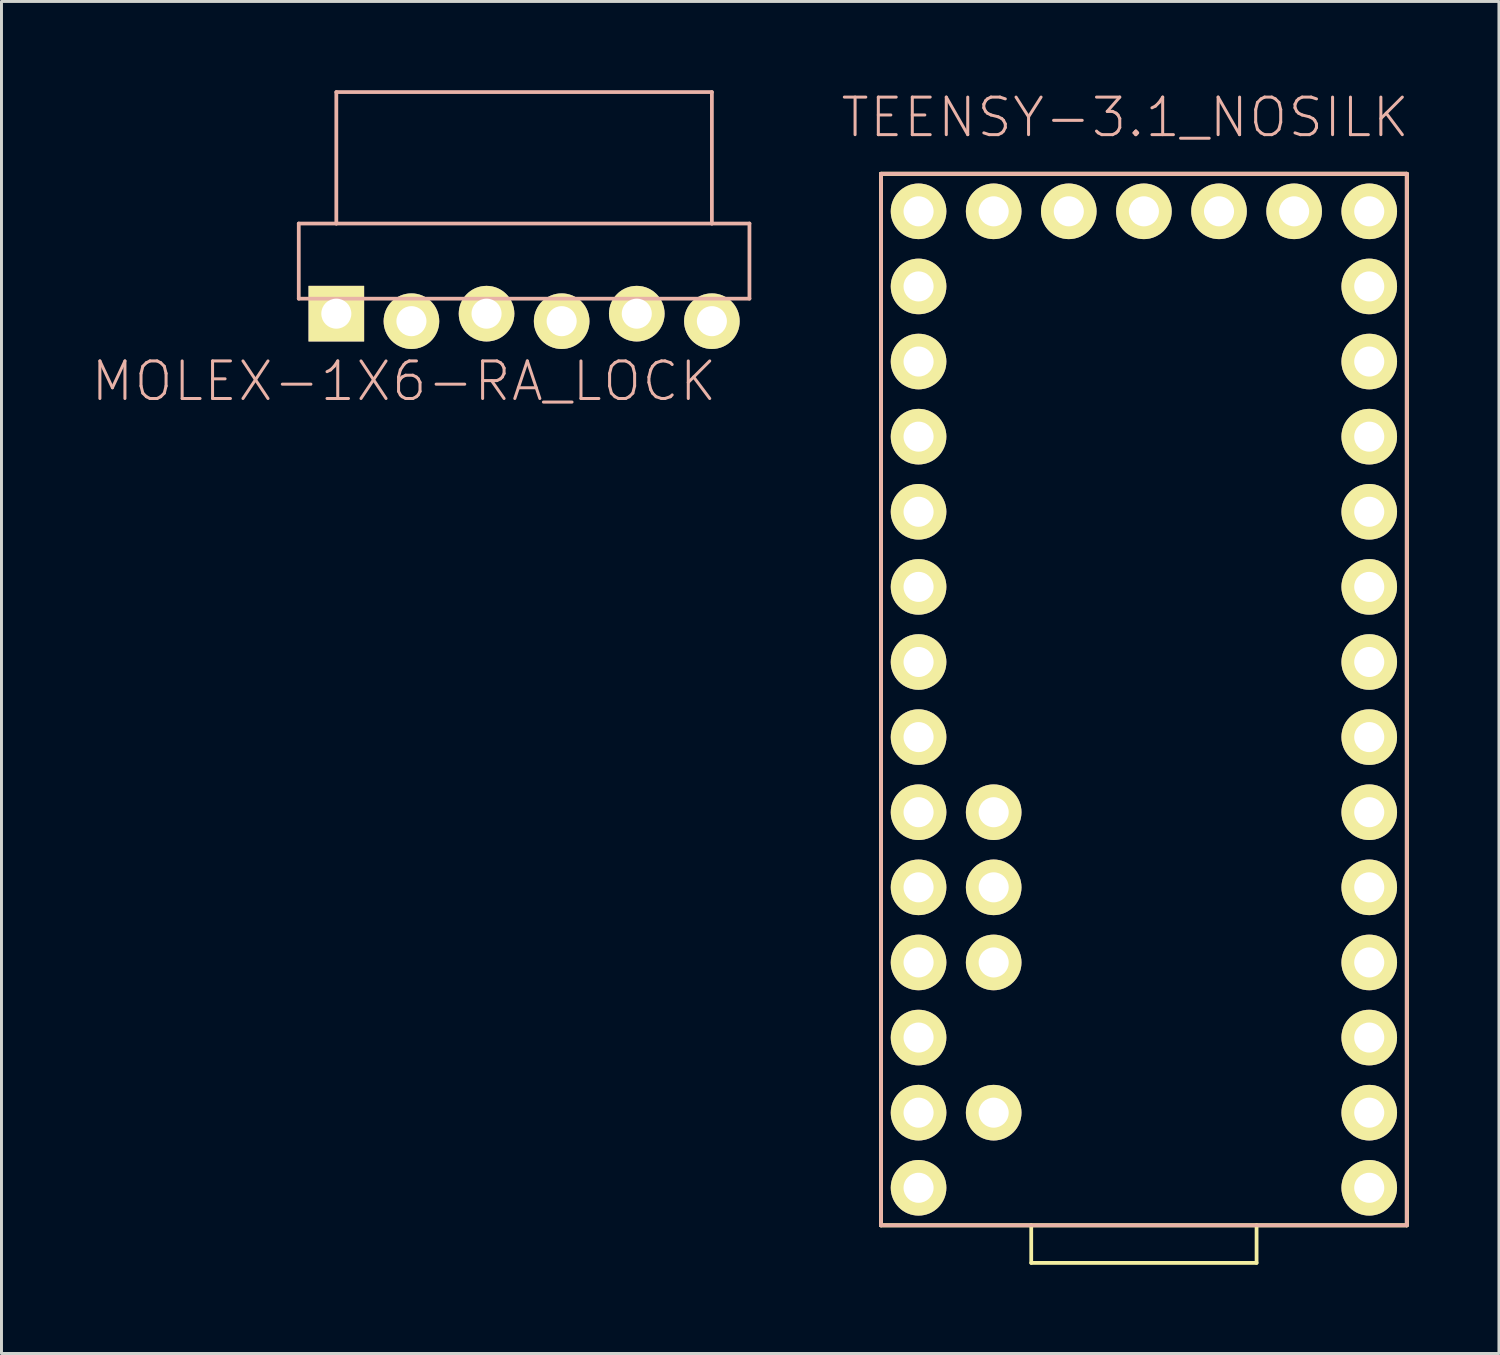
<source format=kicad_pcb>
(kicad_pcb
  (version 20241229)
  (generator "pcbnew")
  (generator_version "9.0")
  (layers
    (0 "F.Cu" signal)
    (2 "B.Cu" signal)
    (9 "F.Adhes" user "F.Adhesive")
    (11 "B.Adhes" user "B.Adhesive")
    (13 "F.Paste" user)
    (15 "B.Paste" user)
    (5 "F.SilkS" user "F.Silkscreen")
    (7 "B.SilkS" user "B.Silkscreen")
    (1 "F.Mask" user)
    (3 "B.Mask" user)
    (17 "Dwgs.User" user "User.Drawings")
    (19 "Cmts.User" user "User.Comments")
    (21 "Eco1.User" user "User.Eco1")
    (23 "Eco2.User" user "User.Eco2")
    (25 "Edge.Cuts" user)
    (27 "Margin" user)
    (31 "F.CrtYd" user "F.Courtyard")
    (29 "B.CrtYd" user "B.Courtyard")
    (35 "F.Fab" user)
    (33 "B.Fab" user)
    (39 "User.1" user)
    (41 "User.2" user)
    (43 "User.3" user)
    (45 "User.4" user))
  (footprint "TEENSY-3.1_NOSILK"
    (layer "F.Cu")
    (at 26.742 38.386)
    (property "Reference" "TEENSY-3.1_NOSILK" (at 8.255 -37.465 0) (layer "B.SilkS") (effects (font (size 1.27 1.27) (thickness 0.102))))
    (attr exclude_from_pos_files exclude_from_bom)
    (fp_line (start 0 -35.56) (end 17.78 -35.56) (stroke (width 0.127) (type solid)) (layer "F.SilkS"))
    (fp_line (start 0 -35.56) (end 17.78 -35.56) (stroke (width 0.127) (type solid)) (layer "F.SilkS"))
    (fp_line (start 0 0) (end 0 -35.56) (stroke (width 0.127) (type solid)) (layer "F.SilkS"))
    (fp_line (start 0 0) (end 0 -35.56) (stroke (width 0.127) (type solid)) (layer "F.SilkS"))
    (fp_line (start 5.08 0) (end 0 0) (stroke (width 0.127) (type solid)) (layer "F.SilkS"))
    (fp_line (start 5.08 1.27) (end 5.08 0) (stroke (width 0.127) (type solid)) (layer "F.SilkS"))
    (fp_line (start 5.08 1.27) (end 12.7 1.27) (stroke (width 0.127) (type solid)) (layer "F.SilkS"))
    (fp_line (start 12.7 0) (end 5.08 0) (stroke (width 0.127) (type solid)) (layer "F.SilkS"))
    (fp_line (start 12.7 1.27) (end 12.7 0) (stroke (width 0.127) (type solid)) (layer "F.SilkS"))
    (fp_line (start 17.78 -35.56) (end 17.78 0) (stroke (width 0.127) (type solid)) (layer "F.SilkS"))
    (fp_line (start 17.78 -35.56) (end 17.78 0) (stroke (width 0.127) (type solid)) (layer "F.SilkS"))
    (fp_line (start 17.78 0) (end 0 0) (stroke (width 0.127) (type solid)) (layer "F.SilkS"))
    (fp_line (start 17.78 0) (end 12.7 0) (stroke (width 0.127) (type solid)) (layer "F.SilkS"))
    (fp_line (start 0 -35.56) (end 17.78 -35.56) (stroke (width 0.127) (type solid)) (layer "B.SilkS"))
    (fp_line (start 0 0) (end 0 -35.56) (stroke (width 0.127) (type solid)) (layer "B.SilkS"))
    (fp_line (start 17.78 -35.56) (end 17.78 0) (stroke (width 0.127) (type solid)) (layer "B.SilkS"))
    (fp_line (start 17.78 0) (end 0 0) (stroke (width 0.127) (type solid)) (layer "B.SilkS"))
    (pad "0" thru_hole circle (at 16.51 -3.81) (size 1.88 1.88) (drill 1.016) (layers "*.Cu" "F.Mask" "F.SilkS" "F.Paste"))
    (pad "1" thru_hole circle (at 16.51 -6.35) (size 1.88 1.88) (drill 1.016) (layers "*.Cu" "F.Mask" "F.SilkS" "F.Paste"))
    (pad "2" thru_hole circle (at 16.51 -8.89) (size 1.88 1.88) (drill 1.016) (layers "*.Cu" "F.Mask" "F.SilkS" "F.Paste"))
    (pad "3" thru_hole circle (at 16.51 -11.43) (size 1.88 1.88) (drill 1.016) (layers "*.Cu" "F.Mask" "F.SilkS" "F.Paste"))
    (pad "3.3V" thru_hole circle (at 11.43 -34.29) (size 1.88 1.88) (drill 1.016) (layers "*.Cu" "F.Mask" "F.SilkS" "F.Paste"))
    (pad "3V" thru_hole circle (at 1.27 -6.35) (size 1.88 1.88) (drill 1.016) (layers "*.Cu" "F.Mask" "F.SilkS" "F.Paste"))
    (pad "4" thru_hole circle (at 16.51 -13.97) (size 1.88 1.88) (drill 1.016) (layers "*.Cu" "F.Mask" "F.SilkS" "F.Paste"))
    (pad "5" thru_hole circle (at 16.51 -16.51) (size 1.88 1.88) (drill 1.016) (layers "*.Cu" "F.Mask" "F.SilkS" "F.Paste"))
    (pad "6" thru_hole circle (at 16.51 -19.05) (size 1.88 1.88) (drill 1.016) (layers "*.Cu" "F.Mask" "F.SilkS" "F.Paste"))
    (pad "7" thru_hole circle (at 16.51 -21.59) (size 1.88 1.88) (drill 1.016) (layers "*.Cu" "F.Mask" "F.SilkS" "F.Paste"))
    (pad "8" thru_hole circle (at 16.51 -24.13) (size 1.88 1.88) (drill 1.016) (layers "*.Cu" "F.Mask" "F.SilkS" "F.Paste"))
    (pad "9" thru_hole circle (at 16.51 -26.67) (size 1.88 1.88) (drill 1.016) (layers "*.Cu" "F.Mask" "F.SilkS" "F.Paste"))
    (pad "10" thru_hole circle (at 16.51 -29.21) (size 1.88 1.88) (drill 1.016) (layers "*.Cu" "F.Mask" "F.SilkS" "F.Paste"))
    (pad "11" thru_hole circle (at 16.51 -31.75) (size 1.88 1.88) (drill 1.016) (layers "*.Cu" "F.Mask" "F.SilkS" "F.Paste"))
    (pad "12" thru_hole circle (at 16.51 -34.29) (size 1.88 1.88) (drill 1.016) (layers "*.Cu" "F.Mask" "F.SilkS" "F.Paste"))
    (pad "13" thru_hole circle (at 1.27 -34.29) (size 1.88 1.88) (drill 1.016) (layers "*.Cu" "F.Mask" "F.SilkS" "F.Paste"))
    (pad "14" thru_hole circle (at 1.27 -31.75) (size 1.88 1.88) (drill 1.016) (layers "*.Cu" "F.Mask" "F.SilkS" "F.Paste"))
    (pad "15" thru_hole circle (at 1.27 -29.21) (size 1.88 1.88) (drill 1.016) (layers "*.Cu" "F.Mask" "F.SilkS" "F.Paste"))
    (pad "16" thru_hole circle (at 1.27 -26.67) (size 1.88 1.88) (drill 1.016) (layers "*.Cu" "F.Mask" "F.SilkS" "F.Paste"))
    (pad "17" thru_hole circle (at 1.27 -24.13) (size 1.88 1.88) (drill 1.016) (layers "*.Cu" "F.Mask" "F.SilkS" "F.Paste"))
    (pad "18" thru_hole circle (at 1.27 -21.59) (size 1.88 1.88) (drill 1.016) (layers "*.Cu" "F.Mask" "F.SilkS" "F.Paste"))
    (pad "19" thru_hole circle (at 1.27 -19.05) (size 1.88 1.88) (drill 1.016) (layers "*.Cu" "F.Mask" "F.SilkS" "F.Paste"))
    (pad "20" thru_hole circle (at 1.27 -16.51) (size 1.88 1.88) (drill 1.016) (layers "*.Cu" "F.Mask" "F.SilkS" "F.Paste"))
    (pad "21" thru_hole circle (at 1.27 -13.97) (size 1.88 1.88) (drill 1.016) (layers "*.Cu" "F.Mask" "F.SilkS" "F.Paste"))
    (pad "22" thru_hole circle (at 1.27 -11.43) (size 1.88 1.88) (drill 1.016) (layers "*.Cu" "F.Mask" "F.SilkS" "F.Paste"))
    (pad "23" thru_hole circle (at 1.27 -8.89) (size 1.88 1.88) (drill 1.016) (layers "*.Cu" "F.Mask" "F.SilkS" "F.Paste"))
    (pad "A10" thru_hole circle (at 3.81 -11.43) (size 1.88 1.88) (drill 1.016) (layers "*.Cu" "F.Mask" "F.SilkS" "F.Paste"))
    (pad "A11" thru_hole circle (at 3.81 -13.97) (size 1.88 1.88) (drill 1.016) (layers "*.Cu" "F.Mask" "F.SilkS" "F.Paste"))
    (pad "A14/" thru_hole circle (at 3.81 -34.29) (size 1.88 1.88) (drill 1.016) (layers "*.Cu" "F.Mask" "F.SilkS" "F.Paste"))
    (pad "AGND" thru_hole circle (at 1.27 -3.81) (size 1.88 1.88) (drill 1.016) (layers "*.Cu" "F.Mask" "F.SilkS" "F.Paste"))
    (pad "AREF" thru_hole circle (at 3.81 -8.89) (size 1.88 1.88) (drill 1.016) (layers "*.Cu" "F.Mask" "F.SilkS" "F.Paste"))
    (pad "GND" thru_hole circle (at 8.89 -34.29) (size 1.88 1.88) (drill 1.016) (layers "*.Cu" "F.Mask" "F.SilkS" "F.Paste"))
    (pad "GND1" thru_hole circle (at 16.51 -1.27) (size 1.88 1.88) (drill 1.016) (layers "*.Cu" "F.Mask" "F.SilkS" "F.Paste"))
    (pad "PROG" thru_hole circle (at 6.35 -34.29) (size 1.88 1.88) (drill 1.016) (layers "*.Cu" "F.Mask" "F.SilkS" "F.Paste"))
    (pad "VBAT" thru_hole circle (at 13.97 -34.29) (size 1.88 1.88) (drill 1.016) (layers "*.Cu" "F.Mask" "F.SilkS" "F.Paste"))
    (pad "VIN" thru_hole circle (at 1.27 -1.27) (size 1.88 1.88) (drill 1.016) (layers "*.Cu" "F.Mask" "F.SilkS" "F.Paste"))
    (pad "VUSB" thru_hole circle (at 3.81 -3.81) (size 1.88 1.88) (drill 1.016) (layers "*.Cu" "F.Mask" "F.SilkS" "F.Paste")))
  (footprint "MOLEX-1X6-RA_LOCK"
    (layer "F.Cu")
    (at 8.323 7.684)
    (property "Reference" "MOLEX-1X6-RA_LOCK" (at 2.286 2.159 0) (layer "B.SilkS") (effects (font (size 1.27 1.27) (thickness 0.102))))
    (attr exclude_from_pos_files exclude_from_bom)
    (fp_line (start -1.27 -0.635) (end -1.27 -3.175) (stroke (width 0.127) (type solid)) (layer "B.SilkS"))
    (fp_line (start 0 -7.62) (end 12.7 -7.62) (stroke (width 0.127) (type solid)) (layer "B.SilkS"))
    (fp_line (start 0 -3.175) (end -1.27 -3.175) (stroke (width 0.127) (type solid)) (layer "B.SilkS"))
    (fp_line (start 0 -3.175) (end 0 -7.62) (stroke (width 0.127) (type solid)) (layer "B.SilkS"))
    (fp_line (start 12.7 -7.62) (end 12.7 -3.175) (stroke (width 0.127) (type solid)) (layer "B.SilkS"))
    (fp_line (start 12.7 -3.175) (end 0 -3.175) (stroke (width 0.127) (type solid)) (layer "B.SilkS"))
    (fp_line (start 13.97 -3.175) (end 12.7 -3.175) (stroke (width 0.127) (type solid)) (layer "B.SilkS"))
    (fp_line (start 13.97 -0.635) (end -1.27 -0.635) (stroke (width 0.127) (type solid)) (layer "B.SilkS"))
    (fp_line (start 13.97 -0.635) (end 13.97 -3.175) (stroke (width 0.127) (type solid)) (layer "B.SilkS"))
    (pad "1" thru_hole rect (at 0 -0.127) (size 1.88 1.88) (drill 1.016) (layers "*.Cu" "F.Mask" "F.SilkS" "F.Paste"))
    (pad "2" thru_hole circle (at 2.54 0.127) (size 1.88 1.88) (drill 1.016) (layers "*.Cu" "F.Mask" "F.SilkS" "F.Paste"))
    (pad "3" thru_hole circle (at 5.08 -0.127) (size 1.88 1.88) (drill 1.016) (layers "*.Cu" "F.Mask" "F.SilkS" "F.Paste"))
    (pad "4" thru_hole circle (at 7.62 0.127) (size 1.88 1.88) (drill 1.016) (layers "*.Cu" "F.Mask" "F.SilkS" "F.Paste"))
    (pad "5" thru_hole circle (at 10.16 -0.127) (size 1.88 1.88) (drill 1.016) (layers "*.Cu" "F.Mask" "F.SilkS" "F.Paste"))
    (pad "6" thru_hole circle (at 12.7 0.127) (size 1.88 1.88) (drill 1.016) (layers "*.Cu" "F.Mask" "F.SilkS" "F.Paste")))
  (gr_rect
    (start -3 -3)
    (end 47.638 42.72)
    (stroke (width 0.1) (type default))
    (fill no)
    (layer "Edge.Cuts")))
</source>
